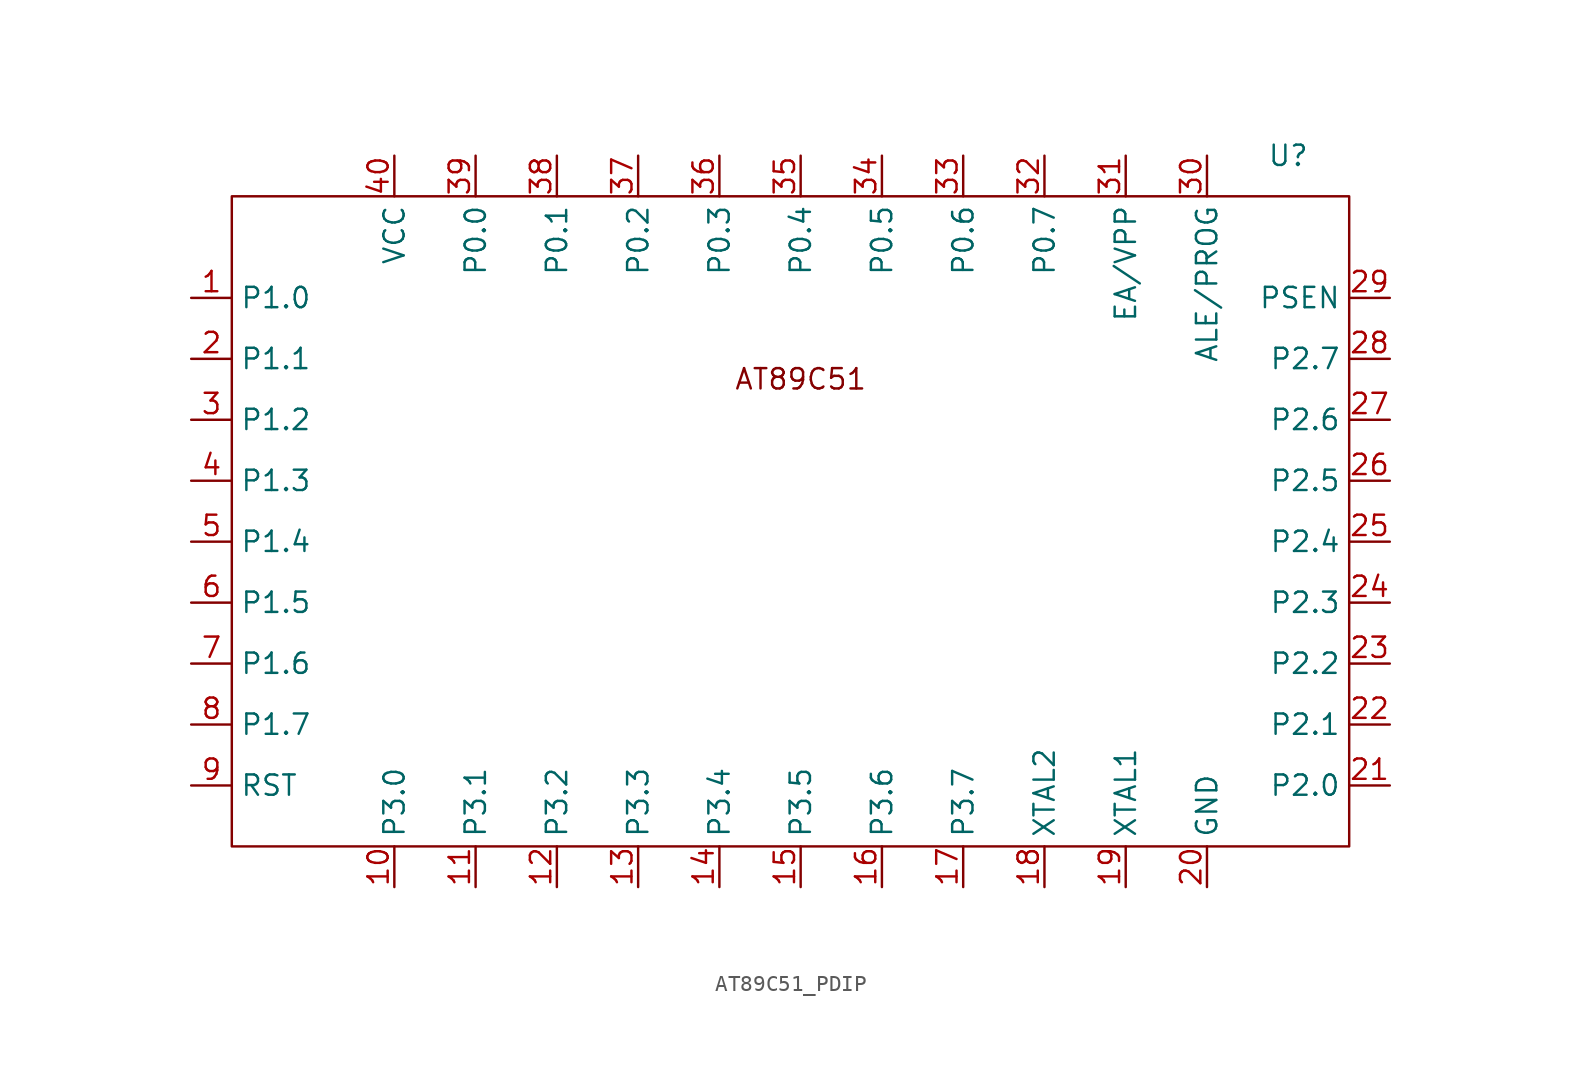
<source format=kicad_sym>
(kicad_symbol_lib
  (version 20220914)
  (generator kicad_symbol_editor)
  (symbol "AT89C51_PDIP"
    (property "Reference" "U"
      (at 30.48 24.13 0)
      (effects (font (size 1.27 1.27))))
    (property "Value" ""
      (at -8.89 -1.27 0)
      (effects (font (size 1.27 1.27))))
    (symbol "AT89C51_PDIP_0_1"
      (rectangle (start -35.56 21.59) (end 34.29 -19.05) (stroke (width 0) (type default)) (fill (type none))))
    (symbol "AT89C51_PDIP_1_1"
      (text "AT89C51" (at 0 10.16 0) (effects (font (size 1.27 1.27))))
      (pin bidirectional line (at -38.1 15.24 0) (length 2.54) (name "P1.0" (effects (font (size 1.27 1.27)))) (number "1" (effects (font (size 1.27 1.27)))))
      (pin bidirectional line (at -25.4 -21.59 90) (length 2.54) (name "P3.0" (effects (font (size 1.27 1.27)))) (number "10" (effects (font (size 1.27 1.27)))))
      (pin bidirectional line (at -20.32 -21.59 90) (length 2.54) (name "P3.1" (effects (font (size 1.27 1.27)))) (number "11" (effects (font (size 1.27 1.27)))))
      (pin bidirectional line (at -15.24 -21.59 90) (length 2.54) (name "P3.2" (effects (font (size 1.27 1.27)))) (number "12" (effects (font (size 1.27 1.27)))))
      (pin bidirectional line (at -10.16 -21.59 90) (length 2.54) (name "P3.3" (effects (font (size 1.27 1.27)))) (number "13" (effects (font (size 1.27 1.27)))))
      (pin bidirectional line (at -5.08 -21.59 90) (length 2.54) (name "P3.4" (effects (font (size 1.27 1.27)))) (number "14" (effects (font (size 1.27 1.27)))))
      (pin bidirectional line (at 0 -21.59 90) (length 2.54) (name "P3.5" (effects (font (size 1.27 1.27)))) (number "15" (effects (font (size 1.27 1.27)))))
      (pin bidirectional line (at 5.08 -21.59 90) (length 2.54) (name "P3.6" (effects (font (size 1.27 1.27)))) (number "16" (effects (font (size 1.27 1.27)))))
      (pin bidirectional line (at 10.16 -21.59 90) (length 2.54) (name "P3.7" (effects (font (size 1.27 1.27)))) (number "17" (effects (font (size 1.27 1.27)))))
      (pin passive line (at 15.24 -21.59 90) (length 2.54) (name "XTAL2" (effects (font (size 1.27 1.27)))) (number "18" (effects (font (size 1.27 1.27)))))
      (pin passive line (at 20.32 -21.59 90) (length 2.54) (name "XTAL1" (effects (font (size 1.27 1.27)))) (number "19" (effects (font (size 1.27 1.27)))))
      (pin bidirectional line (at -38.1 11.43 0) (length 2.54) (name "P1.1" (effects (font (size 1.27 1.27)))) (number "2" (effects (font (size 1.27 1.27)))))
      (pin passive line (at 25.4 -21.59 90) (length 2.54) (name "GND" (effects (font (size 1.27 1.27)))) (number "20" (effects (font (size 1.27 1.27)))))
      (pin bidirectional line (at 36.83 -15.24 180) (length 2.54) (name "P2.0" (effects (font (size 1.27 1.27)))) (number "21" (effects (font (size 1.27 1.27)))))
      (pin bidirectional line (at 36.83 -11.43 180) (length 2.54) (name "P2.1" (effects (font (size 1.27 1.27)))) (number "22" (effects (font (size 1.27 1.27)))))
      (pin bidirectional line (at 36.83 -7.62 180) (length 2.54) (name "P2.2" (effects (font (size 1.27 1.27)))) (number "23" (effects (font (size 1.27 1.27)))))
      (pin bidirectional line (at 36.83 -3.81 180) (length 2.54) (name "P2.3" (effects (font (size 1.27 1.27)))) (number "24" (effects (font (size 1.27 1.27)))))
      (pin bidirectional line (at 36.83 0 180) (length 2.54) (name "P2.4" (effects (font (size 1.27 1.27)))) (number "25" (effects (font (size 1.27 1.27)))))
      (pin bidirectional line (at 36.83 3.81 180) (length 2.54) (name "P2.5" (effects (font (size 1.27 1.27)))) (number "26" (effects (font (size 1.27 1.27)))))
      (pin bidirectional line (at 36.83 7.62 180) (length 2.54) (name "P2.6" (effects (font (size 1.27 1.27)))) (number "27" (effects (font (size 1.27 1.27)))))
      (pin bidirectional line (at 36.83 11.43 180) (length 2.54) (name "P2.7" (effects (font (size 1.27 1.27)))) (number "28" (effects (font (size 1.27 1.27)))))
      (pin output line (at 36.83 15.24 180) (length 2.54) (name "PSEN" (effects (font (size 1.27 1.27)))) (number "29" (effects (font (size 1.27 1.27)))))
      (pin bidirectional line (at -38.1 7.62 0) (length 2.54) (name "P1.2" (effects (font (size 1.27 1.27)))) (number "3" (effects (font (size 1.27 1.27)))))
      (pin output line (at 25.4 24.13 270) (length 2.54) (name "ALE/PROG" (effects (font (size 1.27 1.27)))) (number "30" (effects (font (size 1.27 1.27)))))
      (pin input line (at 20.32 24.13 270) (length 2.54) (name "EA/VPP" (effects (font (size 1.27 1.27)))) (number "31" (effects (font (size 1.27 1.27)))))
      (pin bidirectional line (at 15.24 24.13 270) (length 2.54) (name "P0.7" (effects (font (size 1.27 1.27)))) (number "32" (effects (font (size 1.27 1.27)))))
      (pin bidirectional line (at 10.16 24.13 270) (length 2.54) (name "P0.6" (effects (font (size 1.27 1.27)))) (number "33" (effects (font (size 1.27 1.27)))))
      (pin bidirectional line (at 5.08 24.13 270) (length 2.54) (name "P0.5" (effects (font (size 1.27 1.27)))) (number "34" (effects (font (size 1.27 1.27)))))
      (pin bidirectional line (at 0 24.13 270) (length 2.54) (name "P0.4" (effects (font (size 1.27 1.27)))) (number "35" (effects (font (size 1.27 1.27)))))
      (pin bidirectional line (at -5.08 24.13 270) (length 2.54) (name "P0.3" (effects (font (size 1.27 1.27)))) (number "36" (effects (font (size 1.27 1.27)))))
      (pin bidirectional line (at -10.16 24.13 270) (length 2.54) (name "P0.2" (effects (font (size 1.27 1.27)))) (number "37" (effects (font (size 1.27 1.27)))))
      (pin bidirectional line (at -15.24 24.13 270) (length 2.54) (name "P0.1" (effects (font (size 1.27 1.27)))) (number "38" (effects (font (size 1.27 1.27)))))
      (pin bidirectional line (at -20.32 24.13 270) (length 2.54) (name "P0.0" (effects (font (size 1.27 1.27)))) (number "39" (effects (font (size 1.27 1.27)))))
      (pin bidirectional line (at -38.1 3.81 0) (length 2.54) (name "P1.3" (effects (font (size 1.27 1.27)))) (number "4" (effects (font (size 1.27 1.27)))))
      (pin bidirectional line (at -25.4 24.13 270) (length 2.54) (name "VCC" (effects (font (size 1.27 1.27)))) (number "40" (effects (font (size 1.27 1.27)))))
      (pin bidirectional line (at -38.1 0 0) (length 2.54) (name "P1.4" (effects (font (size 1.27 1.27)))) (number "5" (effects (font (size 1.27 1.27)))))
      (pin bidirectional line (at -38.1 -3.81 0) (length 2.54) (name "P1.5" (effects (font (size 1.27 1.27)))) (number "6" (effects (font (size 1.27 1.27)))))
      (pin bidirectional line (at -38.1 -7.62 0) (length 2.54) (name "P1.6" (effects (font (size 1.27 1.27)))) (number "7" (effects (font (size 1.27 1.27)))))
      (pin bidirectional line (at -38.1 -11.43 0) (length 2.54) (name "P1.7" (effects (font (size 1.27 1.27)))) (number "8" (effects (font (size 1.27 1.27)))))
      (pin input line (at -38.1 -15.24 0) (length 2.54) (name "RST" (effects (font (size 1.27 1.27)))) (number "9" (effects (font (size 1.27 1.27))))))))
</source>
